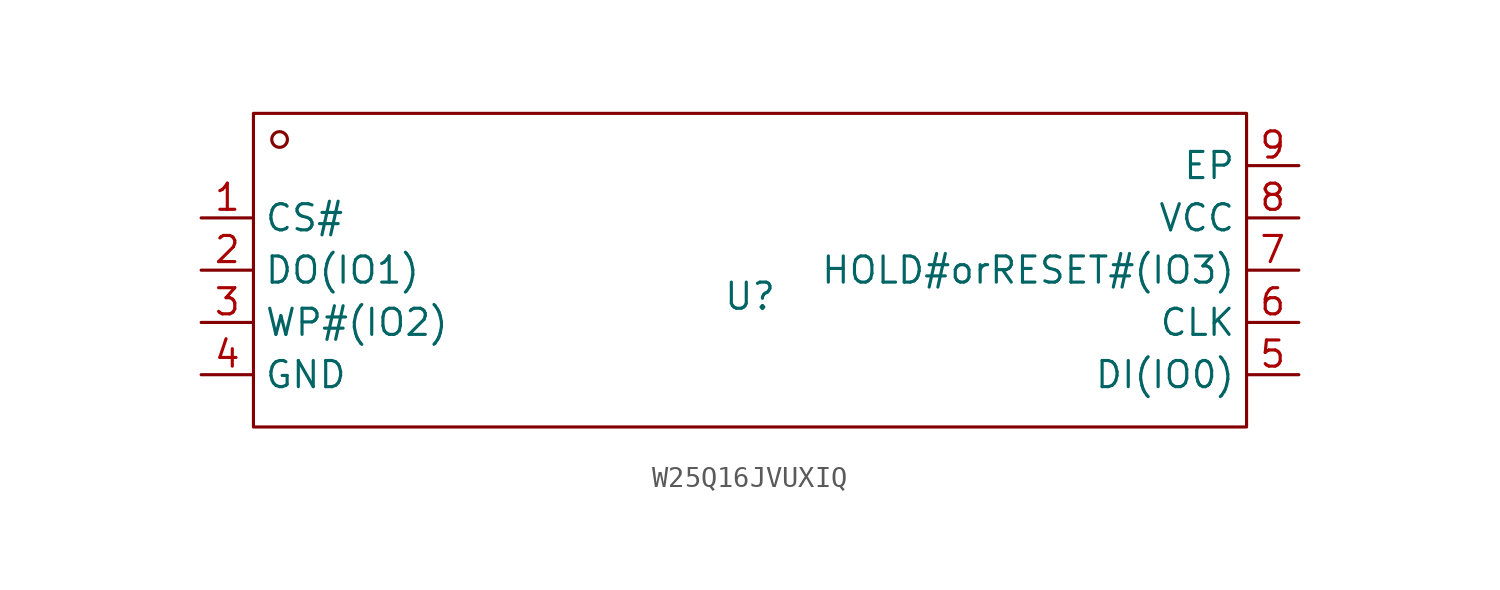
<source format=kicad_sym>
(kicad_symbol_lib
  (version 20241209)
  (generator "kicad_symbol_editor")
  (generator_version "9.0")
  (symbol "W25Q16JVUXIQ"
    (property "Reference" "U"
      (at 0 0 0)
      (effects (font (size 1.27 1.27))))
    (property "Value" ""
      (at 0 0 0)
      (effects (font (size 1.27 1.27))))
    (symbol "W25Q16JVUXIQ_1_0"
      (rectangle (start -24.13 -6.35) (end 24.13 8.89) (stroke (width 0) (type default)) (fill (type none)))
      (circle (center -22.86 7.62) (radius 0.381) (stroke (width 0) (type default)) (fill (type none)))
      (pin unspecified line (at -26.67 3.81 0) (length 2.54) (name "CS#" (effects (font (size 1.27 1.27)))) (number "1" (effects (font (size 1.27 1.27)))))
      (pin unspecified line (at -26.67 1.27 0) (length 2.54) (name "DO(IO1)" (effects (font (size 1.27 1.27)))) (number "2" (effects (font (size 1.27 1.27)))))
      (pin unspecified line (at -26.67 -1.27 0) (length 2.54) (name "WP#(IO2)" (effects (font (size 1.27 1.27)))) (number "3" (effects (font (size 1.27 1.27)))))
      (pin unspecified line (at -26.67 -3.81 0) (length 2.54) (name "GND" (effects (font (size 1.27 1.27)))) (number "4" (effects (font (size 1.27 1.27)))))
      (pin unspecified line (at 26.67 6.35 180) (length 2.54) (name "EP" (effects (font (size 1.27 1.27)))) (number "9" (effects (font (size 1.27 1.27)))))
      (pin unspecified line (at 26.67 3.81 180) (length 2.54) (name "VCC" (effects (font (size 1.27 1.27)))) (number "8" (effects (font (size 1.27 1.27)))))
      (pin unspecified line (at 26.67 1.27 180) (length 2.54) (name "HOLD#orRESET#(IO3)" (effects (font (size 1.27 1.27)))) (number "7" (effects (font (size 1.27 1.27)))))
      (pin unspecified line (at 26.67 -1.27 180) (length 2.54) (name "CLK" (effects (font (size 1.27 1.27)))) (number "6" (effects (font (size 1.27 1.27)))))
      (pin unspecified line (at 26.67 -3.81 180) (length 2.54) (name "DI(IO0)" (effects (font (size 1.27 1.27)))) (number "5" (effects (font (size 1.27 1.27))))))))
</source>
